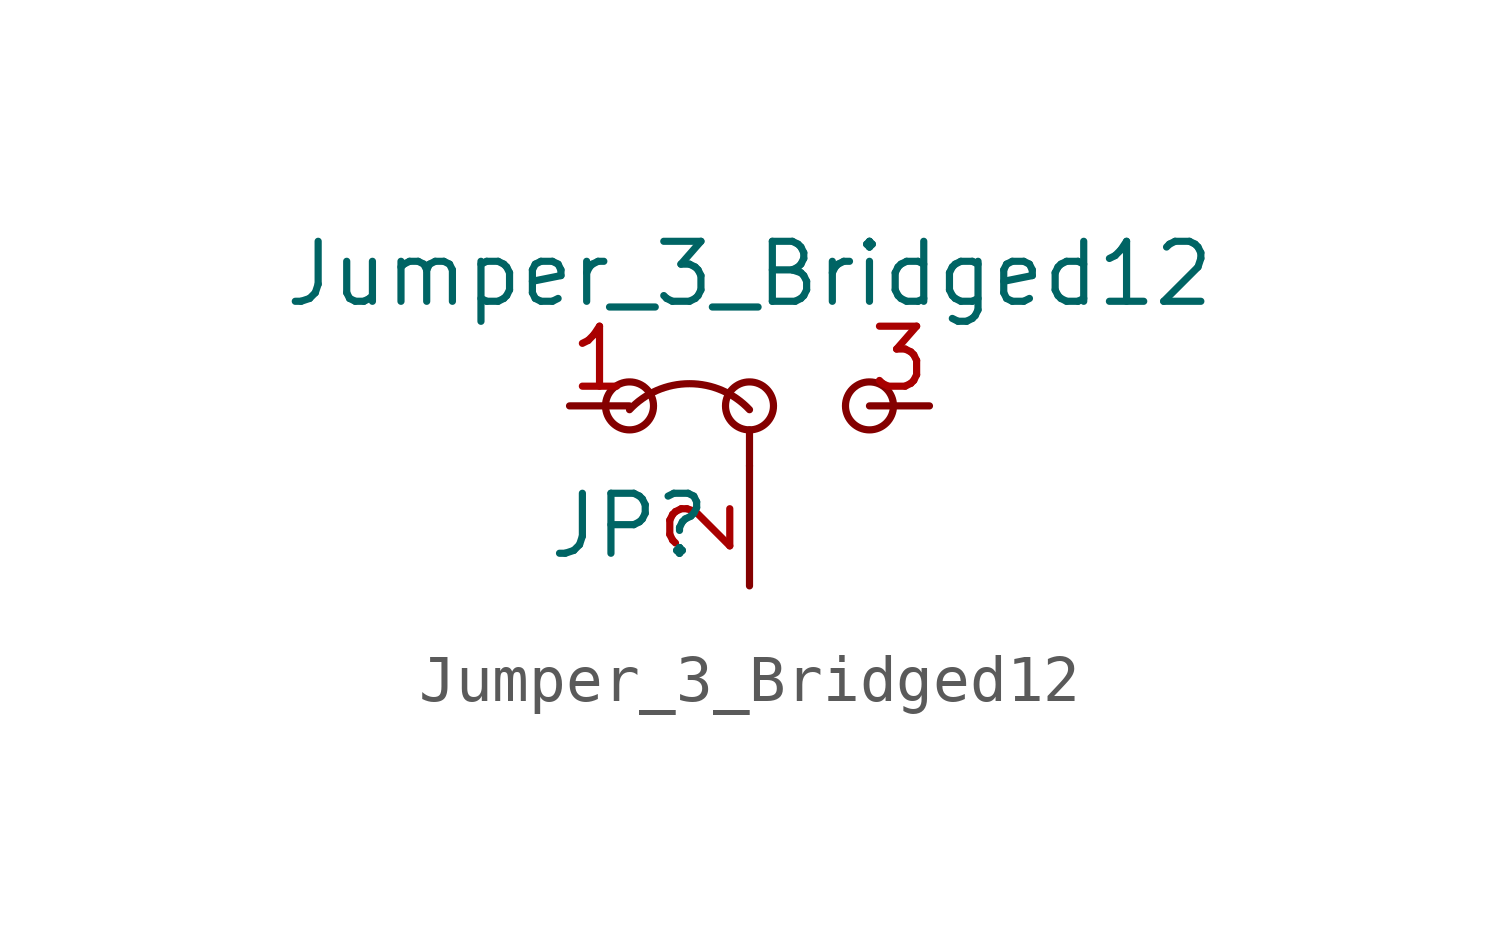
<source format=kicad_sym>
(kicad_symbol_lib
  (version 20211014)
  (generator kicad_symbol_editor)
  (symbol "Jumper_3_Bridged12"
    (pin_names
      (offset 0) hide)
    (property "Reference" "JP"
      (at -2.54 -2.54 0)
      (effects (font (size 1.27 1.27))))
    (property "Value" "Jumper_3_Bridged12"
      (at 0 2.794 0)
      (effects (font (size 1.27 1.27))))
    (symbol "Jumper_3_Bridged12_0_0"
      (circle (center -2.54 0) (radius 0.508) (stroke (width 0) (type default) (color 0 0 0 0)) (fill (type none)))
      (circle (center 0 0) (radius 0.508) (stroke (width 0) (type default) (color 0 0 0 0)) (fill (type none)))
      (circle (center 2.54 0) (radius 0.508) (stroke (width 0) (type default) (color 0 0 0 0)) (fill (type none))))
    (symbol "Jumper_3_Bridged12_0_1"
      (arc (start 0 -0.0807) (mid -1.27 0.4699) (end -2.54 -0.0807) (stroke (width 0) (type default) (color 0 0 0 0)) (fill (type none)))
      (polyline (pts (xy 0 -1.27) (xy 0 -0.508)) (stroke (width 0) (type default) (color 0 0 0 0)) (fill (type none))))
    (symbol "Jumper_3_Bridged12_1_1"
      (pin passive line (at -3.81 0 0) (length 1.27) (name "A" (effects (font (size 1.27 1.27)))) (number "1" (effects (font (size 1.27 1.27)))))
      (pin input line (at 0 -3.81 90) (length 2.54) (name "C" (effects (font (size 1.27 1.27)))) (number "2" (effects (font (size 1.27 1.27)))))
      (pin passive line (at 3.81 0 180) (length 1.27) (name "B" (effects (font (size 1.27 1.27)))) (number "3" (effects (font (size 1.27 1.27))))))))
</source>
